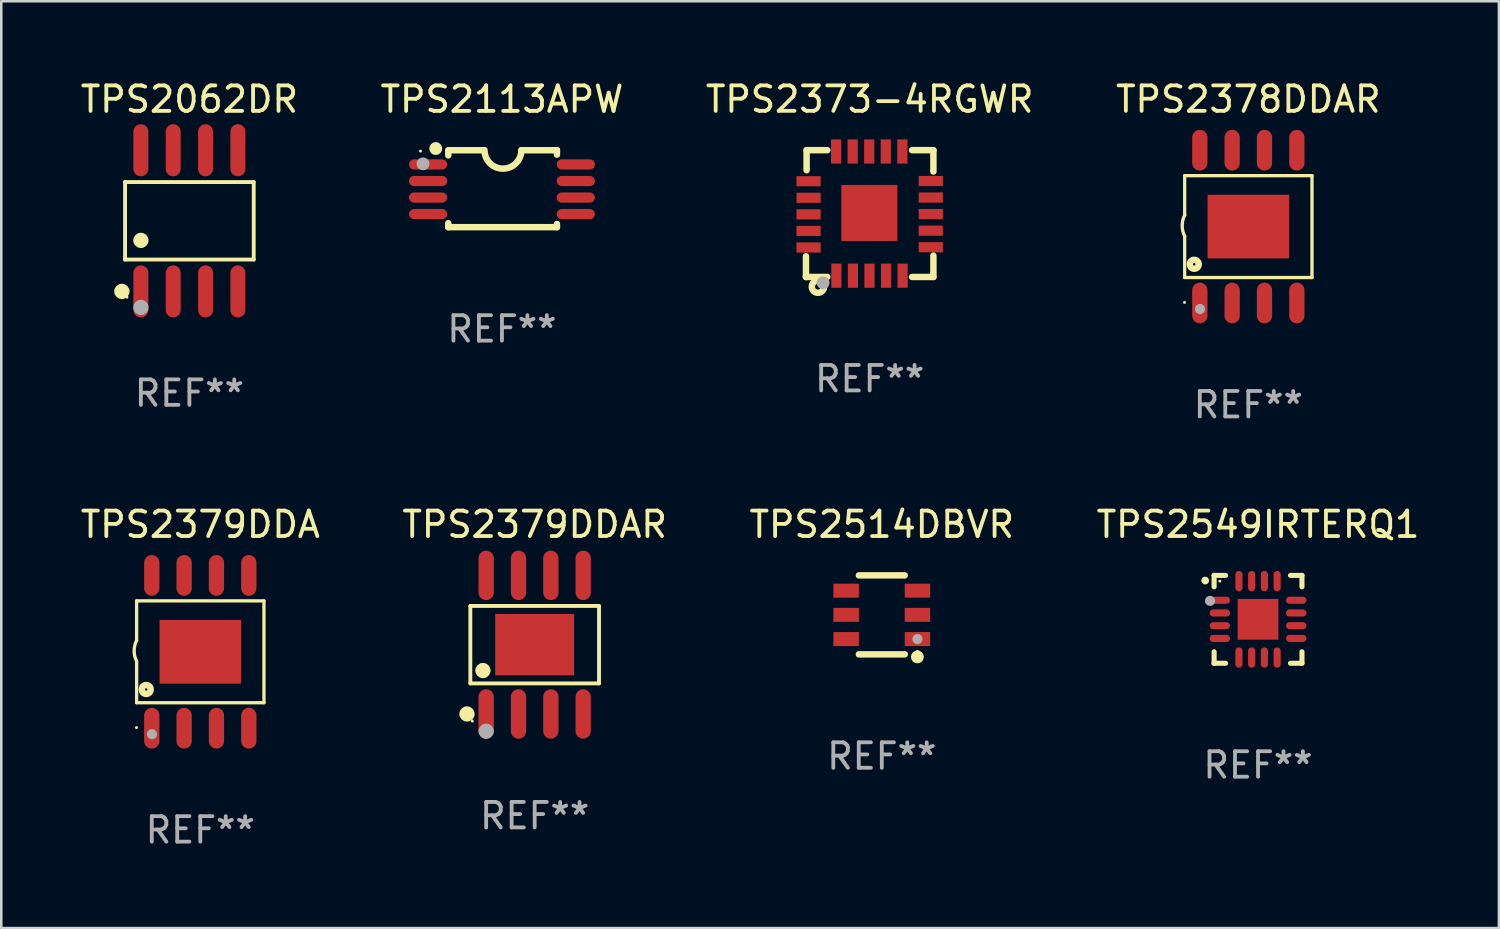
<source format=kicad_pcb>
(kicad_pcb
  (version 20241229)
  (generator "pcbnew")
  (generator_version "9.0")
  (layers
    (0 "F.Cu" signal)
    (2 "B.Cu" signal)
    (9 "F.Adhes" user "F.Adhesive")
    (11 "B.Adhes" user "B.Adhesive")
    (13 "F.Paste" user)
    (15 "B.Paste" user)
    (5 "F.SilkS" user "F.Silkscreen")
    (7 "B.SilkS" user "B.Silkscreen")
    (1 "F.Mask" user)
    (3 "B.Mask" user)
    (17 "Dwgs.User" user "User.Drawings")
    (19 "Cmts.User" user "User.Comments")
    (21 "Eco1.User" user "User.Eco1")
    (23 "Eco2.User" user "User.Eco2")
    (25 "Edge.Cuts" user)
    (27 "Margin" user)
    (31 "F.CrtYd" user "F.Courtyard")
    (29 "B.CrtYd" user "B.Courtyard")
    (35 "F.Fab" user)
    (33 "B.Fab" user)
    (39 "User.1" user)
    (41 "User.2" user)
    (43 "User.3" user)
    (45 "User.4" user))
  (footprint "TPS2379DDAR"
    (layer "F.Cu")
    (at 17.946 22.265)
    (property "Reference" "TPS2379DDAR" (at 0 -4.721 0) (layer "F.SilkS") (effects (font (size 1 1) (thickness 0.15))))
    (attr through_hole)
    (fp_line (start -2.526 -1.521) (end 2.526 -1.521) (stroke (width 0.152) (type solid)) (layer "F.SilkS"))
    (fp_line (start -2.526 1.521) (end -2.526 -1.521) (stroke (width 0.152) (type solid)) (layer "F.SilkS"))
    (fp_line (start 2.526 -1.521) (end 2.526 1.521) (stroke (width 0.152) (type solid)) (layer "F.SilkS"))
    (fp_line (start 2.526 1.521) (end -2.526 1.521) (stroke (width 0.152) (type solid)) (layer "F.SilkS"))
    (fp_circle (center -2.658 2.721) (end -2.508 2.721) (stroke (width 0.3) (type solid)) (fill no) (layer "F.SilkS"))
    (fp_circle (center -2.45 3) (end -2.42 3) (stroke (width 0.06) (type solid)) (fill no) (layer "F.SilkS"))
    (fp_circle (center -2.032 1.016) (end -1.882 1.016) (stroke (width 0.3) (type solid)) (fill no) (layer "F.SilkS"))
    (fp_circle (center -1.905 3.4) (end -1.755 3.4) (stroke (width 0.3) (type solid)) (fill no) (layer "F.Fab"))
    (fp_text user "REF**" (at 0 6.721 0) (layer "F.Fab") (effects (font (size 1 1) (thickness 0.15))))
    (pad "1" smd oval (at -1.905 2.721) (size 0.602 1.941) (layers "F.Cu" "F.Mask" "F.Paste"))
    (pad "2" smd oval (at -0.635 2.721) (size 0.602 1.941) (layers "F.Cu" "F.Mask" "F.Paste"))
    (pad "3" smd oval (at 0.635 2.721) (size 0.602 1.941) (layers "F.Cu" "F.Mask" "F.Paste"))
    (pad "4" smd oval (at 1.905 2.721) (size 0.602 1.941) (layers "F.Cu" "F.Mask" "F.Paste"))
    (pad "5" smd oval (at 1.905 -2.721) (size 0.602 1.941) (layers "F.Cu" "F.Mask" "F.Paste"))
    (pad "6" smd oval (at 0.635 -2.721) (size 0.602 1.941) (layers "F.Cu" "F.Mask" "F.Paste"))
    (pad "7" smd oval (at -0.635 -2.721) (size 0.602 1.941) (layers "F.Cu" "F.Mask" "F.Paste"))
    (pad "8" smd oval (at -1.905 -2.721) (size 0.602 1.941) (layers "F.Cu" "F.Mask" "F.Paste"))
    (pad "9" smd rect (at 0 0) (size 3.098 2.41) (layers "F.Cu" "F.Mask" "F.Paste")))
  (footprint "TPS2113APW"
    (layer "F.Cu")
    (at 16.661 4.36)
    (property "Reference" "TPS2113APW" (at 0 -3.511 0) (layer "F.SilkS") (effects (font (size 1 1) (thickness 0.15))))
    (attr through_hole)
    (fp_line (start -2.108 -1.511) (end -0.711 -1.511) (stroke (width 0.254) (type solid)) (layer "F.SilkS"))
    (fp_line (start -2.108 -1.309) (end -2.108 -1.486) (stroke (width 0.254) (type solid)) (layer "F.SilkS"))
    (fp_line (start -2.108 1.511) (end -2.108 1.355) (stroke (width 0.254) (type solid)) (layer "F.SilkS"))
    (fp_line (start 0.762 -1.511) (end 2.159 -1.511) (stroke (width 0.254) (type solid)) (layer "F.SilkS"))
    (fp_line (start 2.159 -1.511) (end 2.159 -1.339) (stroke (width 0.254) (type solid)) (layer "F.SilkS"))
    (fp_line (start 2.159 1.384) (end 2.159 1.511) (stroke (width 0.254) (type solid)) (layer "F.SilkS"))
    (fp_line (start 2.159 1.511) (end -2.108 1.511) (stroke (width 0.254) (type solid)) (layer "F.SilkS"))
    (fp_arc (start 0.762002 -1.511303) (mid 0.0381 -0.787401) (end -0.685802 -1.511303) (stroke (width 0.254001) (type solid)) (layer "F.SilkS"))
    (fp_circle (center -3.2 -1.477) (end -3.17 -1.477) (stroke (width 0.06) (type solid)) (fill no) (layer "F.SilkS"))
    (fp_circle (center -2.6 -1.577) (end -2.473 -1.577) (stroke (width 0.254) (type solid)) (fill no) (layer "F.SilkS"))
    (fp_circle (center -3.1 -0.977) (end -2.973 -0.977) (stroke (width 0.254) (type solid)) (fill no) (layer "F.Fab"))
    (fp_text user "REF**" (at 0 5.511 0) (layer "F.Fab") (effects (font (size 1 1) (thickness 0.15))))
    (pad "1" smd oval (at -2.9 -0.953 90) (size 0.4 1.5) (layers "F.Cu" "F.Mask" "F.Paste"))
    (pad "2" smd oval (at -2.9 -0.302 90) (size 0.4 1.5) (layers "F.Cu" "F.Mask" "F.Paste"))
    (pad "3" smd oval (at -2.9 0.348 90) (size 0.4 1.5) (layers "F.Cu" "F.Mask" "F.Paste"))
    (pad "4" smd oval (at -2.9 0.998 90) (size 0.4 1.5) (layers "F.Cu" "F.Mask" "F.Paste"))
    (pad "5" smd oval (at 2.9 0.998 90) (size 0.4 1.5) (layers "F.Cu" "F.Mask" "F.Paste"))
    (pad "6" smd oval (at 2.9 0.348 90) (size 0.4 1.5) (layers "F.Cu" "F.Mask" "F.Paste"))
    (pad "7" smd oval (at 2.9 -0.302 90) (size 0.4 1.5) (layers "F.Cu" "F.Mask" "F.Paste"))
    (pad "8" smd oval (at 2.9 -0.953 90) (size 0.4 1.5) (layers "F.Cu" "F.Mask" "F.Paste")))
  (footprint "TPS2373-4RGWR"
    (layer "F.Cu")
    (at 31.101 5.337)
    (property "Reference" "TPS2373-4RGWR" (at 0 -4.489 0) (layer "F.SilkS") (effects (font (size 1 1) (thickness 0.15))))
    (attr through_hole)
    (fp_line (start -2.502 1.676) (end -2.502 2.464) (stroke (width 0.254) (type solid)) (layer "F.SilkS"))
    (fp_line (start -2.502 2.464) (end -2.502 2.489) (stroke (width 0.254) (type solid)) (layer "F.SilkS"))
    (fp_line (start -2.502 2.489) (end -2.477 2.489) (stroke (width 0.254) (type solid)) (layer "F.SilkS"))
    (fp_line (start -2.477 -2.489) (end -2.477 -1.702) (stroke (width 0.254) (type solid)) (layer "F.SilkS"))
    (fp_line (start -2.477 2.489) (end -1.664 2.489) (stroke (width 0.254) (type solid)) (layer "F.SilkS"))
    (fp_line (start -1.664 -2.489) (end -2.477 -2.489) (stroke (width 0.254) (type solid)) (layer "F.SilkS"))
    (fp_line (start 1.664 -2.489) (end 2.502 -2.489) (stroke (width 0.254) (type solid)) (layer "F.SilkS"))
    (fp_line (start 2.502 -2.489) (end 2.502 -1.651) (stroke (width 0.254) (type solid)) (layer "F.SilkS"))
    (fp_line (start 2.502 1.651) (end 2.502 2.489) (stroke (width 0.254) (type solid)) (layer "F.SilkS"))
    (fp_line (start 2.502 2.489) (end 1.664 2.489) (stroke (width 0.254) (type solid)) (layer "F.SilkS"))
    (fp_circle (center -2.5 2.5) (end -2.47 2.5) (stroke (width 0.06) (type solid)) (fill no) (layer "F.SilkS"))
    (fp_circle (center -2.032 2.87) (end -1.918 2.87) (stroke (width 0.254) (type solid)) (fill no) (layer "F.SilkS"))
    (fp_circle (center -1.829 2.718) (end -1.702 2.718) (stroke (width 0.254) (type solid)) (fill no) (layer "F.Fab"))
    (fp_text user "REF**" (at 0 6.489 0) (layer "F.Fab") (effects (font (size 1 1) (thickness 0.15))))
    (pad "1" smd rect (at -1.308 2.438) (size 0.4 0.95) (layers "F.Cu" "F.Mask" "F.Paste"))
    (pad "2" smd rect (at -0.658 2.438) (size 0.4 0.95) (layers "F.Cu" "F.Mask" "F.Paste"))
    (pad "3" smd rect (at -0.008 2.438) (size 0.4 0.95) (layers "F.Cu" "F.Mask" "F.Paste"))
    (pad "4" smd rect (at 0.643 2.438) (size 0.4 0.95) (layers "F.Cu" "F.Mask" "F.Paste"))
    (pad "5" smd rect (at 1.293 2.438) (size 0.4 0.95) (layers "F.Cu" "F.Mask" "F.Paste"))
    (pad "6" smd rect (at 2.4 1.321 90) (size 0.4 0.95) (layers "F.Cu" "F.Mask" "F.Paste"))
    (pad "7" smd rect (at 2.4 0.671 90) (size 0.4 0.95) (layers "F.Cu" "F.Mask" "F.Paste"))
    (pad "8" smd rect (at 2.4 0.02 90) (size 0.4 0.95) (layers "F.Cu" "F.Mask" "F.Paste"))
    (pad "9" smd rect (at 2.4 -0.63 90) (size 0.4 0.95) (layers "F.Cu" "F.Mask" "F.Paste"))
    (pad "10" smd rect (at 2.4 -1.28 90) (size 0.4 0.95) (layers "F.Cu" "F.Mask" "F.Paste"))
    (pad "11" smd rect (at 1.283 -2.438 180) (size 0.4 0.95) (layers "F.Cu" "F.Mask" "F.Paste"))
    (pad "12" smd rect (at 0.632 -2.438 180) (size 0.4 0.95) (layers "F.Cu" "F.Mask" "F.Paste"))
    (pad "13" smd rect (at -0.018 -2.438 180) (size 0.4 0.95) (layers "F.Cu" "F.Mask" "F.Paste"))
    (pad "14" smd rect (at -0.668 -2.438 180) (size 0.4 0.95) (layers "F.Cu" "F.Mask" "F.Paste"))
    (pad "15" smd rect (at -1.318 -2.438 180) (size 0.4 0.95) (layers "F.Cu" "F.Mask" "F.Paste"))
    (pad "16" smd rect (at -2.4 -1.27 270) (size 0.4 0.95) (layers "F.Cu" "F.Mask" "F.Paste"))
    (pad "17" smd rect (at -2.4 -0.62 270) (size 0.4 0.95) (layers "F.Cu" "F.Mask" "F.Paste"))
    (pad "18" smd rect (at -2.4 0.03 270) (size 0.4 0.95) (layers "F.Cu" "F.Mask" "F.Paste"))
    (pad "19" smd rect (at -2.4 0.681 270) (size 0.4 0.95) (layers "F.Cu" "F.Mask" "F.Paste"))
    (pad "20" smd rect (at -2.4 1.331 270) (size 0.4 0.95) (layers "F.Cu" "F.Mask" "F.Paste"))
    (pad "21" smd rect (at -0.013 -0.025 270) (size 2.2 2.2) (layers "F.Cu" "F.Mask" "F.Paste")))
  (footprint "TPS2514DBVR"
    (layer "F.Cu")
    (at 31.577 21.095)
    (property "Reference" "TPS2514DBVR" (at 0 -3.55 0) (layer "F.SilkS") (effects (font (size 1 1) (thickness 0.15))))
    (attr through_hole)
    (fp_line (start -0.9 -1.55) (end 0.9 -1.55) (stroke (width 0.254) (type solid)) (layer "F.SilkS"))
    (fp_line (start -0.9 1.55) (end 0.9 1.55) (stroke (width 0.254) (type solid)) (layer "F.SilkS"))
    (fp_circle (center 1.397 1.651) (end 1.524 1.651) (stroke (width 0.254) (type solid)) (fill no) (layer "F.SilkS"))
    (fp_circle (center 1.4 1.435) (end 1.43 1.435) (stroke (width 0.06) (type solid)) (fill no) (layer "F.SilkS"))
    (fp_circle (center 1.4 0.95) (end 1.5 0.95) (stroke (width 0.2) (type solid)) (fill no) (layer "F.Fab"))
    (fp_text user "REF**" (at 0 5.55 0) (layer "F.Fab") (effects (font (size 1 1) (thickness 0.15))))
    (pad "1" smd rect (at 1.4 0.95) (size 1 0.55) (layers "F.Cu" "F.Mask" "F.Paste"))
    (pad "2" smd rect (at 1.4 -0.000102) (size 1 0.55) (layers "F.Cu" "F.Mask" "F.Paste"))
    (pad "3" smd rect (at 1.4 -0.95) (size 1 0.55) (layers "F.Cu" "F.Mask" "F.Paste"))
    (pad "4" smd rect (at -1.4 -0.95) (size 1 0.55) (layers "F.Cu" "F.Mask" "F.Paste"))
    (pad "5" smd rect (at -1.4 -0.000102) (size 1 0.55) (layers "F.Cu" "F.Mask" "F.Paste"))
    (pad "6" smd rect (at -1.4 0.95) (size 1 0.55) (layers "F.Cu" "F.Mask" "F.Paste")))
  (footprint "TPS2379DDA"
    (layer "F.Cu")
    (at 4.815 22.545)
    (property "Reference" "TPS2379DDA" (at 0 -5 0) (layer "F.SilkS") (effects (font (size 1 1) (thickness 0.15))))
    (attr through_hole)
    (fp_line (start -2.5 -2) (end -2.5 -0.45) (stroke (width 0.129) (type solid)) (layer "F.SilkS"))
    (fp_line (start -2.5 -2) (end 2.5 -2) (stroke (width 0.129) (type solid)) (layer "F.SilkS"))
    (fp_line (start -2.5 2) (end -2.5 0.375) (stroke (width 0.129) (type solid)) (layer "F.SilkS"))
    (fp_line (start -2.5 2) (end 2.5 2) (stroke (width 0.129) (type solid)) (layer "F.SilkS"))
    (fp_line (start 2.5 -2) (end 2.5 2) (stroke (width 0.129) (type solid)) (layer "F.SilkS"))
    (fp_arc (start -2.499365 0.375997) (mid -2.597067 -0.036882) (end -2.5 -0.449911) (stroke (width 0.129032) (type solid)) (layer "F.SilkS"))
    (fp_circle (center -2.506 2.976) (end -2.476 2.976) (stroke (width 0.06) (type solid)) (fill no) (layer "F.SilkS"))
    (fp_circle (center -2.123 1.48) (end -1.948 1.48) (stroke (width 0.254) (type solid)) (fill no) (layer "F.SilkS"))
    (fp_circle (center -1.898 3.235) (end -1.798 3.235) (stroke (width 0.2) (type solid)) (fill no) (layer "F.Fab"))
    (fp_text user "REF**" (at 0 7 0) (layer "F.Fab") (effects (font (size 1 1) (thickness 0.15))))
    (pad "1" smd oval (at -1.905 3) (size 0.6 1.6) (layers "F.Cu" "F.Mask" "F.Paste"))
    (pad "2" smd oval (at -0.635 3) (size 0.6 1.6) (layers "F.Cu" "F.Mask" "F.Paste"))
    (pad "3" smd oval (at 0.635 3) (size 0.6 1.6) (layers "F.Cu" "F.Mask" "F.Paste"))
    (pad "4" smd oval (at 1.905 3) (size 0.6 1.6) (layers "F.Cu" "F.Mask" "F.Paste"))
    (pad "5" smd oval (at 1.905 -3) (size 0.6 1.6) (layers "F.Cu" "F.Mask" "F.Paste"))
    (pad "6" smd oval (at 0.635 -3) (size 0.6 1.6) (layers "F.Cu" "F.Mask" "F.Paste"))
    (pad "7" smd oval (at -0.635 -3) (size 0.6 1.6) (layers "F.Cu" "F.Mask" "F.Paste"))
    (pad "8" smd oval (at -1.905 -3) (size 0.6 1.6) (layers "F.Cu" "F.Mask" "F.Paste"))
    (pad "9" smd rect (at -0.000076 0) (size 3.2 2.5) (layers "F.Cu" "F.Mask" "F.Paste")))
  (footprint "TPS2062DR"
    (layer "F.Cu")
    (at 4.387 5.621)
    (property "Reference" "TPS2062DR" (at 0 -4.772 0) (layer "F.SilkS") (effects (font (size 1 1) (thickness 0.15))))
    (attr through_hole)
    (fp_line (start -2.526 -1.521) (end 2.526 -1.521) (stroke (width 0.152) (type solid)) (layer "F.SilkS"))
    (fp_line (start -2.526 1.521) (end -2.526 -1.521) (stroke (width 0.152) (type solid)) (layer "F.SilkS"))
    (fp_line (start 2.526 -1.521) (end 2.526 1.521) (stroke (width 0.152) (type solid)) (layer "F.SilkS"))
    (fp_line (start 2.526 1.521) (end -2.526 1.521) (stroke (width 0.152) (type solid)) (layer "F.SilkS"))
    (fp_circle (center -2.652 2.772) (end -2.501 2.772) (stroke (width 0.3) (type solid)) (fill no) (layer "F.SilkS"))
    (fp_circle (center -2.45 3) (end -2.42 3) (stroke (width 0.06) (type solid)) (fill no) (layer "F.SilkS"))
    (fp_circle (center -1.905 0.769) (end -1.755 0.769) (stroke (width 0.3) (type solid)) (fill no) (layer "F.SilkS"))
    (fp_circle (center -1.905 3.4) (end -1.755 3.4) (stroke (width 0.3) (type solid)) (fill no) (layer "F.Fab"))
    (fp_text user "REF**" (at 0 6.772 0) (layer "F.Fab") (effects (font (size 1 1) (thickness 0.15))))
    (pad "1" smd oval (at -1.905 2.772) (size 0.588 2.045) (layers "F.Cu" "F.Mask" "F.Paste"))
    (pad "2" smd oval (at -0.635 2.772) (size 0.588 2.045) (layers "F.Cu" "F.Mask" "F.Paste"))
    (pad "3" smd oval (at 0.635 2.772) (size 0.588 2.045) (layers "F.Cu" "F.Mask" "F.Paste"))
    (pad "4" smd oval (at 1.905 2.772) (size 0.588 2.045) (layers "F.Cu" "F.Mask" "F.Paste"))
    (pad "5" smd oval (at 1.905 -2.772) (size 0.588 2.045) (layers "F.Cu" "F.Mask" "F.Paste"))
    (pad "6" smd oval (at 0.635 -2.772) (size 0.588 2.045) (layers "F.Cu" "F.Mask" "F.Paste"))
    (pad "7" smd oval (at -0.635 -2.772) (size 0.588 2.045) (layers "F.Cu" "F.Mask" "F.Paste"))
    (pad "8" smd oval (at -1.905 -2.772) (size 0.588 2.045) (layers "F.Cu" "F.Mask" "F.Paste")))
  (footprint "TPS2378DDAR"
    (layer "F.Cu")
    (at 45.97 5.848)
    (property "Reference" "TPS2378DDAR" (at 0 -5 0) (layer "F.SilkS") (effects (font (size 1 1) (thickness 0.15))))
    (attr through_hole)
    (fp_line (start -2.5 -2) (end -2.5 -0.45) (stroke (width 0.129) (type solid)) (layer "F.SilkS"))
    (fp_line (start -2.5 -2) (end 2.5 -2) (stroke (width 0.129) (type solid)) (layer "F.SilkS"))
    (fp_line (start -2.5 2) (end -2.5 0.375) (stroke (width 0.129) (type solid)) (layer "F.SilkS"))
    (fp_line (start -2.5 2) (end 2.5 2) (stroke (width 0.129) (type solid)) (layer "F.SilkS"))
    (fp_line (start 2.5 -2) (end 2.5 2) (stroke (width 0.129) (type solid)) (layer "F.SilkS"))
    (fp_arc (start -2.499365 0.375997) (mid -2.597067 -0.036882) (end -2.5 -0.449911) (stroke (width 0.129032) (type solid)) (layer "F.SilkS"))
    (fp_circle (center -2.506 2.976) (end -2.476 2.976) (stroke (width 0.06) (type solid)) (fill no) (layer "F.SilkS"))
    (fp_circle (center -2.123 1.48) (end -1.948 1.48) (stroke (width 0.254) (type solid)) (fill no) (layer "F.SilkS"))
    (fp_circle (center -1.898 3.235) (end -1.798 3.235) (stroke (width 0.2) (type solid)) (fill no) (layer "F.Fab"))
    (fp_text user "REF**" (at 0 7 0) (layer "F.Fab") (effects (font (size 1 1) (thickness 0.15))))
    (pad "1" smd oval (at -1.905 3) (size 0.6 1.6) (layers "F.Cu" "F.Mask" "F.Paste"))
    (pad "2" smd oval (at -0.635 3) (size 0.6 1.6) (layers "F.Cu" "F.Mask" "F.Paste"))
    (pad "3" smd oval (at 0.635 3) (size 0.6 1.6) (layers "F.Cu" "F.Mask" "F.Paste"))
    (pad "4" smd oval (at 1.905 3) (size 0.6 1.6) (layers "F.Cu" "F.Mask" "F.Paste"))
    (pad "5" smd oval (at 1.905 -3) (size 0.6 1.6) (layers "F.Cu" "F.Mask" "F.Paste"))
    (pad "6" smd oval (at 0.635 -3) (size 0.6 1.6) (layers "F.Cu" "F.Mask" "F.Paste"))
    (pad "7" smd oval (at -0.635 -3) (size 0.6 1.6) (layers "F.Cu" "F.Mask" "F.Paste"))
    (pad "8" smd oval (at -1.905 -3) (size 0.6 1.6) (layers "F.Cu" "F.Mask" "F.Paste"))
    (pad "9" smd rect (at -0.000076 0) (size 3.2 2.5) (layers "F.Cu" "F.Mask" "F.Paste")))
  (footprint "TPS2549IRTERQ1"
    (layer "F.Cu")
    (at 46.351 21.27)
    (property "Reference" "TPS2549IRTERQ1" (at 0 -3.725 0) (layer "F.SilkS") (effects (font (size 1 1) (thickness 0.15))))
    (attr through_hole)
    (fp_line (start -1.725 -1.725) (end -1.275 -1.725) (stroke (width 0.2) (type solid)) (layer "F.SilkS"))
    (fp_line (start -1.725 -1.275) (end -1.725 -1.725) (stroke (width 0.2) (type solid)) (layer "F.SilkS"))
    (fp_line (start -1.725 1.725) (end -1.725 1.275) (stroke (width 0.2) (type solid)) (layer "F.SilkS"))
    (fp_line (start -1.275 1.725) (end -1.725 1.725) (stroke (width 0.2) (type solid)) (layer "F.SilkS"))
    (fp_line (start 1.275 -1.725) (end 1.725 -1.725) (stroke (width 0.2) (type solid)) (layer "F.SilkS"))
    (fp_line (start 1.275 1.725) (end 1.725 1.725) (stroke (width 0.2) (type solid)) (layer "F.SilkS"))
    (fp_line (start 1.725 -1.725) (end 1.725 -1.275) (stroke (width 0.2) (type solid)) (layer "F.SilkS"))
    (fp_line (start 1.725 1.725) (end 1.725 1.275) (stroke (width 0.2) (type solid)) (layer "F.SilkS"))
    (fp_arc (start -2.075184 -1.521463) (mid -2.075189 -1.522733) (end -2.075184 -1.524003) (stroke (width 0.3) (type solid)) (layer "F.SilkS"))
    (fp_circle (center -1.499 -1.5) (end -1.469 -1.5) (stroke (width 0.06) (type solid)) (fill no) (layer "F.SilkS"))
    (fp_circle (center -1.885 -0.725) (end -1.785 -0.725) (stroke (width 0.2) (type solid)) (fill no) (layer "F.Fab"))
    (fp_text user "REF**" (at 0 5.725 0) (layer "F.Fab") (effects (font (size 1 1) (thickness 0.15))))
    (pad "1" smd oval (at -1.5 -0.75 90) (size 0.28 0.8) (layers "F.Cu" "F.Mask" "F.Paste"))
    (pad "2" smd oval (at -1.5 -0.25 90) (size 0.28 0.8) (layers "F.Cu" "F.Mask" "F.Paste"))
    (pad "3" smd oval (at -1.5 0.25 90) (size 0.28 0.8) (layers "F.Cu" "F.Mask" "F.Paste"))
    (pad "4" smd oval (at -1.5 0.75 90) (size 0.28 0.8) (layers "F.Cu" "F.Mask" "F.Paste"))
    (pad "5" smd oval (at -0.75 1.5) (size 0.28 0.8) (layers "F.Cu" "F.Mask" "F.Paste"))
    (pad "6" smd oval (at -0.25 1.5) (size 0.28 0.8) (layers "F.Cu" "F.Mask" "F.Paste"))
    (pad "7" smd oval (at 0.25 1.5) (size 0.28 0.8) (layers "F.Cu" "F.Mask" "F.Paste"))
    (pad "8" smd oval (at 0.75 1.5) (size 0.28 0.8) (layers "F.Cu" "F.Mask" "F.Paste"))
    (pad "9" smd oval (at 1.5 0.75 90) (size 0.28 0.8) (layers "F.Cu" "F.Mask" "F.Paste"))
    (pad "10" smd oval (at 1.5 0.25 90) (size 0.28 0.8) (layers "F.Cu" "F.Mask" "F.Paste"))
    (pad "11" smd oval (at 1.5 -0.25 90) (size 0.28 0.8) (layers "F.Cu" "F.Mask" "F.Paste"))
    (pad "12" smd oval (at 1.5 -0.75 90) (size 0.28 0.8) (layers "F.Cu" "F.Mask" "F.Paste"))
    (pad "13" smd oval (at 0.75 -1.5) (size 0.28 0.8) (layers "F.Cu" "F.Mask" "F.Paste"))
    (pad "14" smd oval (at 0.25 -1.5) (size 0.28 0.8) (layers "F.Cu" "F.Mask" "F.Paste"))
    (pad "15" smd oval (at -0.25 -1.5) (size 0.28 0.8) (layers "F.Cu" "F.Mask" "F.Paste"))
    (pad "16" smd oval (at -0.75 -1.5) (size 0.28 0.8) (layers "F.Cu" "F.Mask" "F.Paste"))
    (pad "17" smd rect (at 0 -0.000051) (size 1.6 1.6) (layers "F.Cu" "F.Mask" "F.Paste")))
  (gr_rect
    (start -3 -3)
    (end 55.81 33.393)
    (stroke (width 0.1) (type default))
    (fill no)
    (layer "Edge.Cuts")))
</source>
